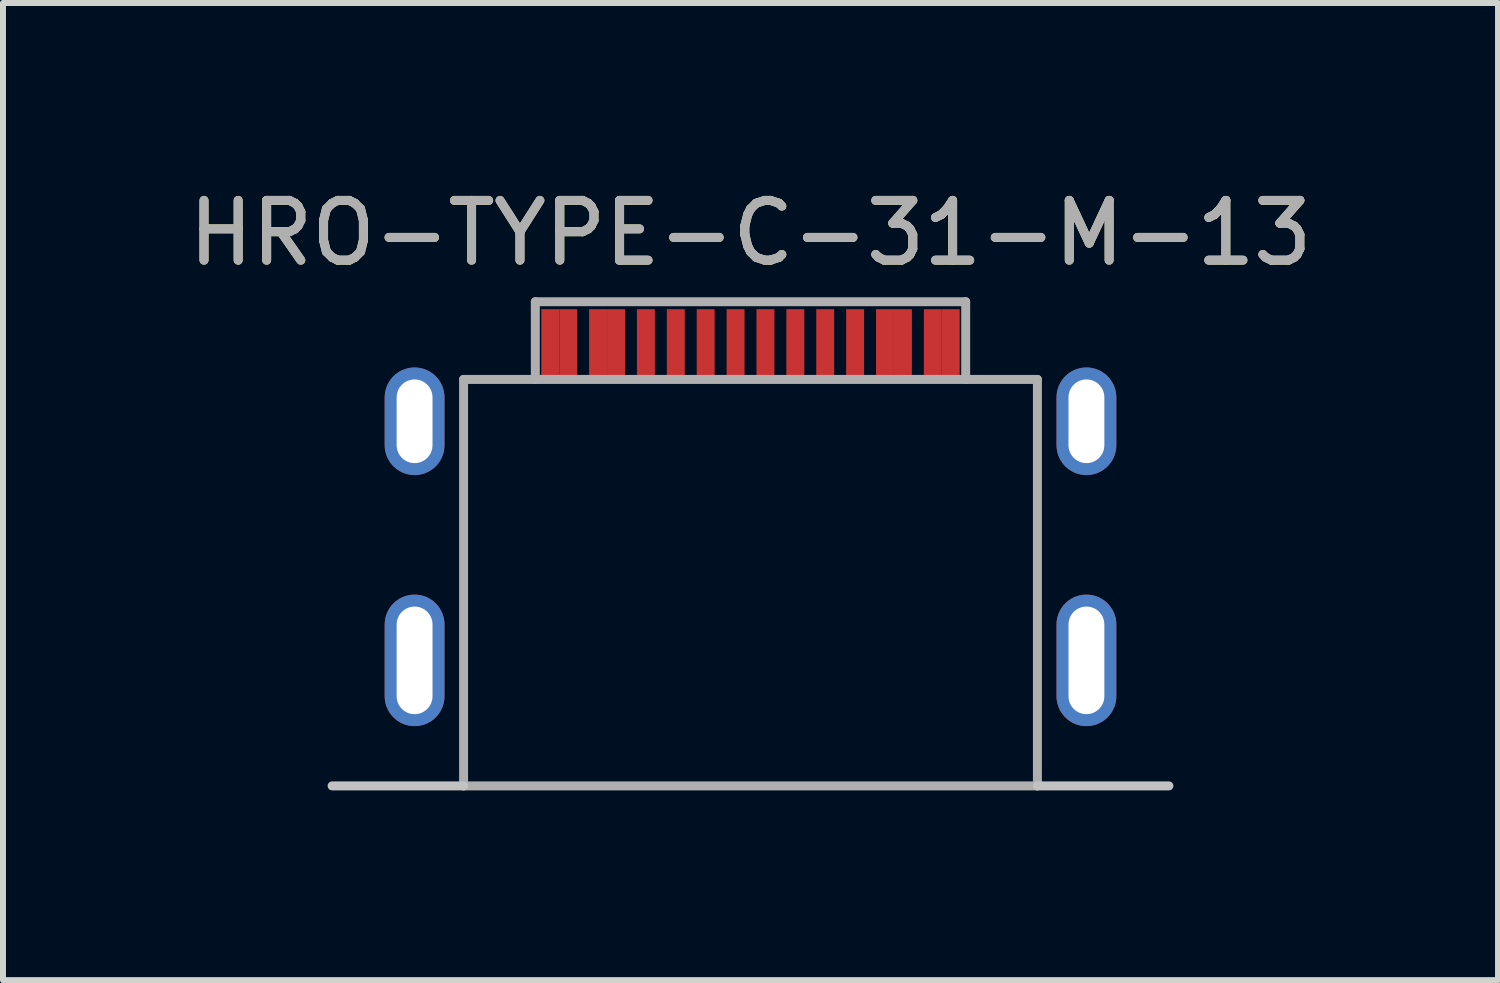
<source format=kicad_pcb>
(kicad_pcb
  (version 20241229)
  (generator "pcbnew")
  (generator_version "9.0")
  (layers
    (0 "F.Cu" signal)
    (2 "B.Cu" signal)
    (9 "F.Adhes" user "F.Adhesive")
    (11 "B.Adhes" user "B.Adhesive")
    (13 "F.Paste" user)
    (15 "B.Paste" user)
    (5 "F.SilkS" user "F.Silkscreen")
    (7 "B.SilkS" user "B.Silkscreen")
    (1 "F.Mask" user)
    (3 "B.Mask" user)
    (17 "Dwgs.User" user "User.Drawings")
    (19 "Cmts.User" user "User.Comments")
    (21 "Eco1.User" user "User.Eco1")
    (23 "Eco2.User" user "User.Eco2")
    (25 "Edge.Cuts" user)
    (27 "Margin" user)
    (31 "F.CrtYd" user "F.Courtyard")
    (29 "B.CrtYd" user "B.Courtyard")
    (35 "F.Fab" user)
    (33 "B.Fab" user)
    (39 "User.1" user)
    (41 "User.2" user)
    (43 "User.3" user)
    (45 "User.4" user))
  (footprint "HRO-TYPE-C-31-M-13"
    (layer "F.Cu")
    (at 9.506 10.098)
    (property "Reference" "HRO-TYPE-C-31-M-13" (at 0 -9.25 0) (layer "F.SilkS") (effects (font (size 1 1) (thickness 0.15))))
    (attr smd)
    (fp_line (start -4.8 0) (end -7 0) (stroke (width 0.15) (type solid)) (layer "Dwgs.User"))
    (fp_line (start 7 0) (end 4.8 0) (stroke (width 0.15) (type solid)) (layer "Dwgs.User"))
    (fp_line (start -4.8 -6.8) (end -4.8 0) (stroke (width 0.15) (type solid)) (layer "F.Fab"))
    (fp_line (start -3.6 -8.1) (end 3.6 -8.1) (stroke (width 0.15) (type solid)) (layer "F.Fab"))
    (fp_line (start -3.6 -6.8) (end -3.6 -8.1) (stroke (width 0.15) (type solid)) (layer "F.Fab"))
    (fp_line (start 3.6 -8.1) (end 3.6 -6.8) (stroke (width 0.15) (type solid)) (layer "F.Fab"))
    (fp_line (start 4.8 -6.8) (end -4.8 -6.8) (stroke (width 0.15) (type solid)) (layer "F.Fab"))
    (fp_line (start 4.8 -6.8) (end 4.8 0) (stroke (width 0.15) (type solid)) (layer "F.Fab"))
    (fp_line (start 4.8 0) (end -4.8 0) (stroke (width 0.15) (type solid)) (layer "F.Fab"))
    (fp_text user "${REFERENCE}" (at 0 -9.25 0) (layer "F.Fab") (effects (font (size 1 1) (thickness 0.15))))
    (pad "A1" smd rect (at -3.35 -7.4) (size 0.3 1.15) (layers "F.Cu" "F.Mask" "F.Paste"))
    (pad "A4" smd rect (at -2.55 -7.4) (size 0.3 1.15) (layers "F.Cu" "F.Mask" "F.Paste"))
    (pad "A5" smd rect (at -1.25 -7.4) (size 0.3 1.15) (layers "F.Cu" "F.Mask" "F.Paste"))
    (pad "A6" smd rect (at -0.25 -7.4) (size 0.3 1.15) (layers "F.Cu" "F.Mask" "F.Paste"))
    (pad "A7" smd rect (at 0.25 -7.4) (size 0.3 1.15) (layers "F.Cu" "F.Mask" "F.Paste"))
    (pad "A8" smd rect (at 1.25 -7.4) (size 0.3 1.15) (layers "F.Cu" "F.Mask" "F.Paste"))
    (pad "A9" smd rect (at 2.55 -7.4) (size 0.3 1.15) (layers "F.Cu" "F.Mask" "F.Paste"))
    (pad "A12" smd rect (at 3.35 -7.4) (size 0.3 1.15) (layers "F.Cu" "F.Mask" "F.Paste"))
    (pad "B1" smd rect (at 3.05 -7.4) (size 0.3 1.15) (layers "F.Cu" "F.Mask" "F.Paste"))
    (pad "B4" smd rect (at 2.25 -7.4) (size 0.3 1.15) (layers "F.Cu" "F.Mask" "F.Paste"))
    (pad "B5" smd rect (at 1.75 -7.4) (size 0.3 1.15) (layers "F.Cu" "F.Mask" "F.Paste"))
    (pad "B6" smd rect (at 0.75 -7.4) (size 0.3 1.15) (layers "F.Cu" "F.Mask" "F.Paste"))
    (pad "B7" smd rect (at -0.75 -7.4) (size 0.3 1.15) (layers "F.Cu" "F.Mask" "F.Paste"))
    (pad "B8" smd rect (at -1.75 -7.4) (size 0.3 1.15) (layers "F.Cu" "F.Mask" "F.Paste"))
    (pad "B9" smd rect (at -2.25 -7.4) (size 0.3 1.15) (layers "F.Cu" "F.Mask" "F.Paste"))
    (pad "B12" smd rect (at -3.05 -7.4) (size 0.3 1.15) (layers "F.Cu" "F.Mask" "F.Paste"))
    (pad "S1" thru_hole oval (at -5.62 -6.1) (size 1 1.8) (drill oval 0.6 1.4) (layers "*.Cu" "*.Mask"))
    (pad "S1" thru_hole oval (at -5.62 -2.1) (size 1 2.2) (drill oval 0.6 1.8) (layers "*.Cu" "*.Mask"))
    (pad "S1" thru_hole oval (at 5.62 -6.1) (size 1 1.8) (drill oval 0.6 1.4) (layers "*.Cu" "*.Mask"))
    (pad "S1" thru_hole oval (at 5.62 -2.1) (size 1 2.2) (drill oval 0.6 1.8) (layers "*.Cu" "*.Mask")))
  (gr_rect
    (start -3 -3)
    (end 22.012 13.348)
    (stroke (width 0.1) (type default))
    (fill no)
    (layer "Edge.Cuts")))
</source>
